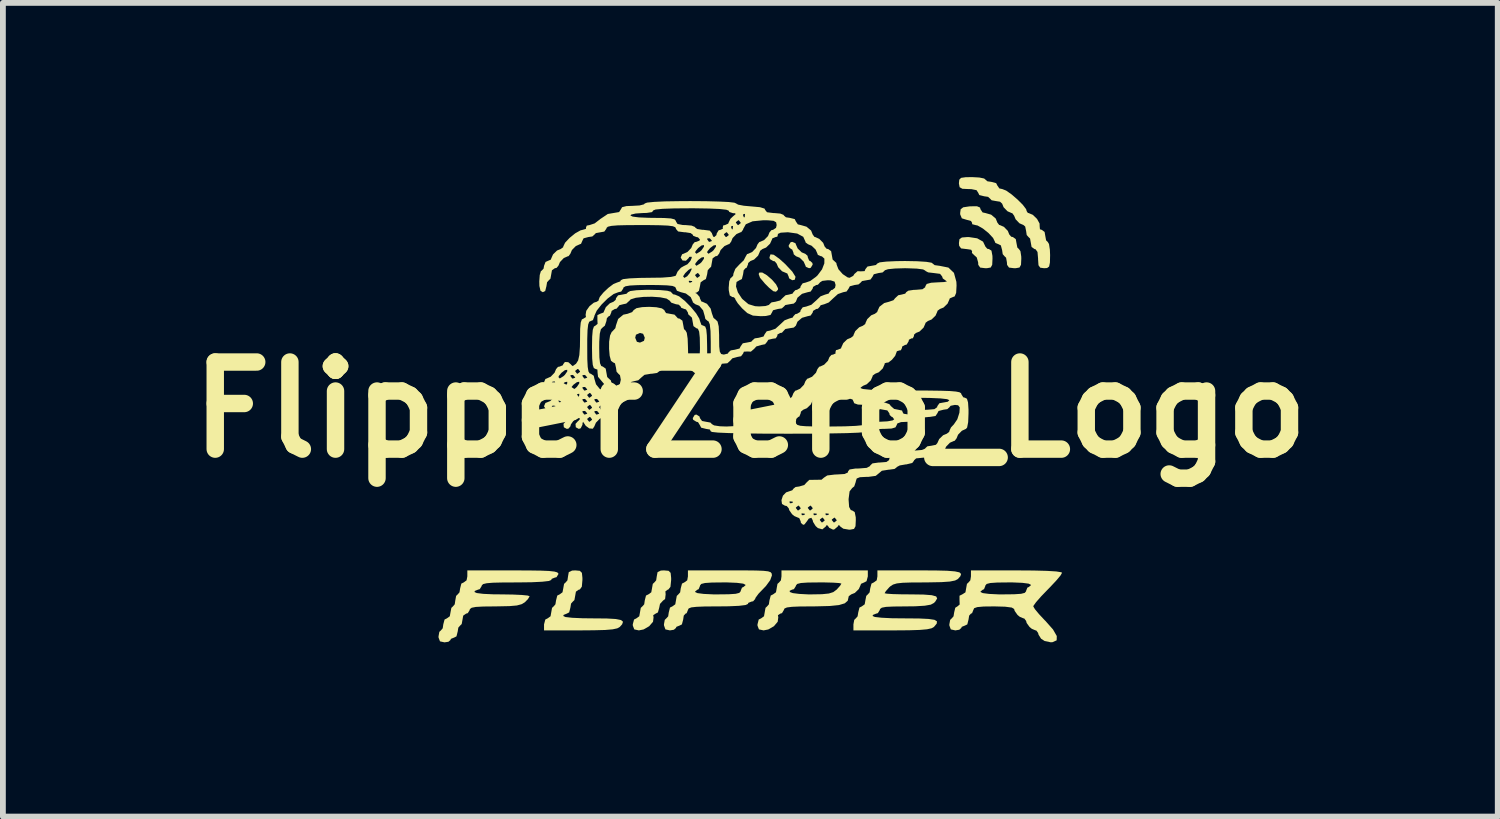
<source format=kicad_pcb>
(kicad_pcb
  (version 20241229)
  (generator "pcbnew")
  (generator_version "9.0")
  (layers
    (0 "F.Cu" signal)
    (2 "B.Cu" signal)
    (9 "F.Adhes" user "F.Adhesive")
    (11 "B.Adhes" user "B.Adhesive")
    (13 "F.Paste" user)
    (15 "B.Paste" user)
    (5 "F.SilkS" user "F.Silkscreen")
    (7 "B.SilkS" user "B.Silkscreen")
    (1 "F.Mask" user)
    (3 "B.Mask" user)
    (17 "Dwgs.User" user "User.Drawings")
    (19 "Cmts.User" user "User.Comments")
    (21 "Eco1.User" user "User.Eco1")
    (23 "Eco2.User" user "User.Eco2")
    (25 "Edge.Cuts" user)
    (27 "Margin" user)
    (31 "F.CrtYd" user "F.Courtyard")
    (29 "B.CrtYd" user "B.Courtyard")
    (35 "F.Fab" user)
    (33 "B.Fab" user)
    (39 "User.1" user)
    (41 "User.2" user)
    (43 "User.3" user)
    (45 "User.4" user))
  (footprint "FlipperZero_Logo"
    (layer "F.Cu")
    (at 9.871 4.006)
    (property "Reference" "FlipperZero_Logo" (at 0 0 0) (layer "F.SilkS") (effects (font (size 1.5 1.5) (thickness 0.3))))
    (attr board_only exclude_from_pos_files exclude_from_bom)
    (fp_poly (pts (xy 0.208 -2.362) (xy 0.287 -2.315) (xy 0.372 -2.241) (xy 0.443 -2.16) (xy 0.478 -2.091) (xy 0.476 -2.066) (xy 0.442 -2.032) (xy 0.396 -2.041) (xy 0.323 -2.101) (xy 0.252 -2.172) (xy 0.167 -2.273) (xy 0.144 -2.338) (xy 0.157 -2.363)) (stroke (width 0) (type solid)) (fill yes) (layer "F.SilkS"))
    (fp_poly (pts (xy 0.403 -2.669) (xy 0.501 -2.599) (xy 0.601 -2.509) (xy 0.723 -2.379) (xy 0.779 -2.289) (xy 0.766 -2.239) (xy 0.723 -2.23) (xy 0.668 -2.263) (xy 0.661 -2.292) (xy 0.637 -2.347) (xy 0.617 -2.354) (xy 0.546 -2.385) (xy 0.48 -2.454) (xy 0.454 -2.516) (xy 0.421 -2.556) (xy 0.392 -2.561) (xy 0.338 -2.594) (xy 0.33 -2.623) (xy 0.348 -2.676)) (stroke (width 0) (type solid)) (fill yes) (layer "F.SilkS"))
    (fp_poly (pts (xy 0.778 -2.867) (xy 0.785 -2.847) (xy 0.816 -2.777) (xy 0.885 -2.71) (xy 0.947 -2.685) (xy 0.986 -2.651) (xy 0.991 -2.623) (xy 1.014 -2.568) (xy 1.033 -2.561) (xy 1.069 -2.527) (xy 1.074 -2.499) (xy 1.041 -2.444) (xy 1.012 -2.437) (xy 0.957 -2.461) (xy 0.95 -2.481) (xy 0.919 -2.551) (xy 0.85 -2.618) (xy 0.788 -2.643) (xy 0.748 -2.677) (xy 0.743 -2.705) (xy 0.721 -2.76) (xy 0.702 -2.767) (xy 0.665 -2.801) (xy 0.661 -2.829) (xy 0.694 -2.884) (xy 0.723 -2.891)) (stroke (width 0) (type solid)) (fill yes) (layer "F.SilkS"))
    (fp_poly (pts (xy 3.907 -2.952) (xy 4.008 -2.895) (xy 4.047 -2.814) (xy 4.047 -2.811) (xy 4.081 -2.772) (xy 4.109 -2.767) (xy 4.153 -2.74) (xy 4.17 -2.649) (xy 4.171 -2.602) (xy 4.166 -2.496) (xy 4.14 -2.449) (xy 4.074 -2.437) (xy 4.047 -2.437) (xy 3.959 -2.448) (xy 3.926 -2.495) (xy 3.924 -2.536) (xy 3.9 -2.622) (xy 3.859 -2.659) (xy 3.816 -2.7) (xy 3.82 -2.726) (xy 3.804 -2.755) (xy 3.723 -2.767) (xy 3.72 -2.767) (xy 3.63 -2.778) (xy 3.597 -2.823) (xy 3.593 -2.87) (xy 3.602 -2.937) (xy 3.644 -2.966) (xy 3.742 -2.974) (xy 3.761 -2.974)) (stroke (width 0) (type solid)) (fill yes) (layer "F.SilkS"))
    (fp_poly (pts (xy -1.407 2.774) (xy -1.372 2.809) (xy -1.363 2.897) (xy -1.363 2.932) (xy -1.375 3.05) (xy -1.411 3.096) (xy -1.421 3.098) (xy -1.462 3.128) (xy -1.458 3.18) (xy -1.467 3.26) (xy -1.503 3.287) (xy -1.555 3.344) (xy -1.569 3.412) (xy -1.591 3.491) (xy -1.63 3.511) (xy -1.672 3.538) (xy -1.666 3.575) (xy -1.675 3.651) (xy -1.741 3.728) (xy -1.838 3.784) (xy -1.919 3.8) (xy -1.998 3.783) (xy -2.023 3.718) (xy -2.024 3.696) (xy -2.002 3.613) (xy -1.962 3.593) (xy -1.912 3.557) (xy -1.9 3.49) (xy -1.886 3.412) (xy -1.859 3.387) (xy -1.827 3.351) (xy -1.817 3.283) (xy -1.796 3.2) (xy -1.755 3.18) (xy -1.705 3.144) (xy -1.693 3.077) (xy -1.679 2.999) (xy -1.652 2.974) (xy -1.621 2.938) (xy -1.611 2.87) (xy -1.597 2.797) (xy -1.541 2.77) (xy -1.487 2.767)) (stroke (width 0) (type solid)) (fill yes) (layer "F.SilkS"))
    (fp_poly (pts (xy -2.936 2.774) (xy -2.9 2.809) (xy -2.891 2.897) (xy -2.891 2.932) (xy -2.901 3.047) (xy -2.935 3.095) (xy -2.953 3.098) (xy -3.003 3.133) (xy -3.015 3.201) (xy -3.029 3.278) (xy -3.056 3.304) (xy -3.087 3.339) (xy -3.098 3.407) (xy -3.119 3.49) (xy -3.16 3.511) (xy -3.214 3.533) (xy -3.221 3.552) (xy -3.182 3.57) (xy -3.068 3.583) (xy -2.89 3.591) (xy -2.705 3.593) (xy -2.474 3.595) (xy -2.317 3.604) (xy -2.226 3.622) (xy -2.192 3.651) (xy -2.207 3.695) (xy -2.248 3.741) (xy -2.291 3.765) (xy -2.371 3.782) (xy -2.501 3.793) (xy -2.691 3.798) (xy -2.929 3.8) (xy -3.552 3.8) (xy -3.552 3.696) (xy -3.53 3.613) (xy -3.49 3.593) (xy -3.44 3.557) (xy -3.428 3.49) (xy -3.414 3.412) (xy -3.387 3.387) (xy -3.356 3.351) (xy -3.345 3.283) (xy -3.324 3.2) (xy -3.283 3.18) (xy -3.234 3.144) (xy -3.221 3.077) (xy -3.207 2.999) (xy -3.18 2.974) (xy -3.149 2.938) (xy -3.139 2.87) (xy -3.126 2.797) (xy -3.069 2.77) (xy -3.015 2.767)) (stroke (width 0) (type solid)) (fill yes) (layer "F.SilkS"))
    (fp_poly (pts (xy 3.956 -3.482) (xy 3.965 -3.451) (xy 4 -3.398) (xy 4.05 -3.387) (xy 4.148 -3.359) (xy 4.227 -3.292) (xy 4.254 -3.224) (xy 4.286 -3.182) (xy 4.298 -3.18) (xy 4.368 -3.149) (xy 4.435 -3.08) (xy 4.46 -3.018) (xy 4.494 -2.979) (xy 4.522 -2.974) (xy 4.572 -2.938) (xy 4.584 -2.87) (xy 4.599 -2.793) (xy 4.626 -2.767) (xy 4.652 -2.731) (xy 4.666 -2.639) (xy 4.667 -2.602) (xy 4.662 -2.496) (xy 4.636 -2.449) (xy 4.57 -2.437) (xy 4.543 -2.437) (xy 4.455 -2.448) (xy 4.422 -2.495) (xy 4.419 -2.54) (xy 4.405 -2.618) (xy 4.378 -2.643) (xy 4.347 -2.679) (xy 4.337 -2.747) (xy 4.315 -2.83) (xy 4.275 -2.85) (xy 4.22 -2.873) (xy 4.213 -2.892) (xy 4.181 -2.958) (xy 4.103 -3.042) (xy 4.006 -3.12) (xy 3.915 -3.172) (xy 3.878 -3.18) (xy 3.821 -3.195) (xy 3.819 -3.219) (xy 3.801 -3.25) (xy 3.728 -3.27) (xy 3.643 -3.296) (xy 3.615 -3.363) (xy 3.614 -3.387) (xy 3.623 -3.453) (xy 3.667 -3.486) (xy 3.767 -3.501) (xy 3.789 -3.503) (xy 3.904 -3.504)) (stroke (width 0) (type solid)) (fill yes) (layer "F.SilkS"))
    (fp_poly (pts (xy 3.945 -3.999) (xy 4.027 -3.982) (xy 4.047 -3.965) (xy 4.083 -3.934) (xy 4.151 -3.924) (xy 4.234 -3.902) (xy 4.254 -3.862) (xy 4.289 -3.811) (xy 4.34 -3.8) (xy 4.406 -3.774) (xy 4.5 -3.708) (xy 4.602 -3.62) (xy 4.692 -3.53) (xy 4.75 -3.454) (xy 4.76 -3.419) (xy 4.781 -3.388) (xy 4.793 -3.387) (xy 4.866 -3.356) (xy 4.938 -3.286) (xy 4.982 -3.206) (xy 4.983 -3.162) (xy 4.988 -3.107) (xy 5.019 -3.098) (xy 5.068 -3.062) (xy 5.08 -2.994) (xy 5.094 -2.917) (xy 5.121 -2.891) (xy 5.144 -2.854) (xy 5.159 -2.757) (xy 5.163 -2.664) (xy 5.16 -2.534) (xy 5.146 -2.466) (xy 5.111 -2.44) (xy 5.059 -2.437) (xy 4.993 -2.446) (xy 4.963 -2.488) (xy 4.956 -2.588) (xy 4.956 -2.602) (xy 4.946 -2.717) (xy 4.912 -2.764) (xy 4.894 -2.767) (xy 4.844 -2.803) (xy 4.832 -2.87) (xy 4.818 -2.948) (xy 4.791 -2.974) (xy 4.76 -3.009) (xy 4.75 -3.077) (xy 4.734 -3.155) (xy 4.705 -3.18) (xy 4.635 -3.211) (xy 4.569 -3.28) (xy 4.543 -3.342) (xy 4.511 -3.385) (xy 4.499 -3.387) (xy 4.429 -3.418) (xy 4.362 -3.487) (xy 4.337 -3.549) (xy 4.301 -3.582) (xy 4.233 -3.593) (xy 4.156 -3.607) (xy 4.13 -3.634) (xy 4.095 -3.666) (xy 4.027 -3.676) (xy 3.944 -3.697) (xy 3.924 -3.738) (xy 3.896 -3.781) (xy 3.806 -3.799) (xy 3.758 -3.8) (xy 3.652 -3.805) (xy 3.605 -3.832) (xy 3.593 -3.894) (xy 3.593 -3.903) (xy 3.599 -3.962) (xy 3.63 -3.993) (xy 3.707 -4.004) (xy 3.82 -4.006)) (stroke (width 0) (type solid)) (fill yes) (layer "F.SilkS"))
    (fp_poly (pts (xy 2.024 2.87) (xy 2.002 2.953) (xy 1.962 2.974) (xy 1.907 2.998) (xy 1.9 3.018) (xy 1.869 3.088) (xy 1.8 3.155) (xy 1.738 3.18) (xy 1.695 3.212) (xy 1.693 3.224) (xy 1.678 3.289) (xy 1.627 3.334) (xy 1.527 3.364) (xy 1.369 3.38) (xy 1.143 3.386) (xy 1.077 3.387) (xy 0.862 3.388) (xy 0.718 3.394) (xy 0.631 3.405) (xy 0.588 3.424) (xy 0.578 3.449) (xy 0.546 3.503) (xy 0.518 3.511) (xy 0.476 3.538) (xy 0.482 3.575) (xy 0.472 3.651) (xy 0.407 3.728) (xy 0.31 3.784) (xy 0.229 3.8) (xy 0.149 3.783) (xy 0.124 3.718) (xy 0.124 3.696) (xy 0.145 3.613) (xy 0.186 3.593) (xy 0.236 3.557) (xy 0.248 3.49) (xy 0.262 3.412) (xy 0.289 3.387) (xy 0.32 3.351) (xy 0.33 3.283) (xy 0.352 3.2) (xy 0.392 3.18) (xy 0.442 3.144) (xy 0.447 3.118) (xy 0.678 3.118) (xy 0.681 3.139) (xy 0.732 3.158) (xy 0.844 3.172) (xy 0.997 3.18) (xy 1.056 3.18) (xy 1.235 3.177) (xy 1.353 3.165) (xy 1.429 3.141) (xy 1.484 3.1) (xy 1.487 3.098) (xy 1.547 3.031) (xy 1.569 2.994) (xy 1.531 2.985) (xy 1.428 2.978) (xy 1.278 2.974) (xy 1.177 2.974) (xy 0.99 2.976) (xy 0.872 2.984) (xy 0.808 3) (xy 0.786 3.027) (xy 0.785 3.036) (xy 0.751 3.09) (xy 0.72 3.098) (xy 0.678 3.118) (xy 0.447 3.118) (xy 0.454 3.077) (xy 0.468 2.999) (xy 0.496 2.974) (xy 0.527 2.938) (xy 0.537 2.87) (xy 0.537 2.767) (xy 1.28 2.767) (xy 2.024 2.767)) (stroke (width 0) (type solid)) (fill yes) (layer "F.SilkS"))
    (fp_poly (pts (xy 3.187 2.768) (xy 3.388 2.773) (xy 3.524 2.784) (xy 3.602 2.801) (xy 3.63 2.828) (xy 3.618 2.867) (xy 3.575 2.915) (xy 3.527 2.941) (xy 3.437 2.959) (xy 3.292 2.969) (xy 3.081 2.973) (xy 2.997 2.974) (xy 2.778 2.975) (xy 2.625 2.98) (xy 2.524 2.991) (xy 2.458 3.011) (xy 2.412 3.041) (xy 2.395 3.056) (xy 2.335 3.123) (xy 2.313 3.16) (xy 2.351 3.168) (xy 2.456 3.175) (xy 2.61 3.179) (xy 2.767 3.18) (xy 2.983 3.183) (xy 3.125 3.194) (xy 3.201 3.215) (xy 3.218 3.25) (xy 3.187 3.302) (xy 3.162 3.328) (xy 3.108 3.357) (xy 3.005 3.375) (xy 2.841 3.385) (xy 2.667 3.387) (xy 2.468 3.389) (xy 2.338 3.395) (xy 2.265 3.409) (xy 2.234 3.432) (xy 2.23 3.449) (xy 2.197 3.503) (xy 2.168 3.511) (xy 2.113 3.533) (xy 2.106 3.552) (xy 2.146 3.569) (xy 2.261 3.582) (xy 2.441 3.591) (xy 2.664 3.593) (xy 2.905 3.595) (xy 3.071 3.603) (xy 3.172 3.618) (xy 3.215 3.645) (xy 3.21 3.684) (xy 3.164 3.739) (xy 3.162 3.741) (xy 3.121 3.764) (xy 3.044 3.781) (xy 2.919 3.792) (xy 2.735 3.798) (xy 2.482 3.8) (xy 2.44 3.8) (xy 1.776 3.8) (xy 1.776 3.696) (xy 1.79 3.619) (xy 1.817 3.593) (xy 1.848 3.558) (xy 1.859 3.49) (xy 1.88 3.407) (xy 1.92 3.387) (xy 1.97 3.351) (xy 1.982 3.283) (xy 1.997 3.206) (xy 2.024 3.18) (xy 2.055 3.145) (xy 2.065 3.077) (xy 2.087 2.994) (xy 2.127 2.974) (xy 2.177 2.938) (xy 2.189 2.87) (xy 2.189 2.767) (xy 2.912 2.767)) (stroke (width 0) (type solid)) (fill yes) (layer "F.SilkS"))
    (fp_poly (pts (xy -3.812 2.768) (xy -3.607 2.771) (xy -3.465 2.777) (xy -3.374 2.787) (xy -3.324 2.801) (xy -3.305 2.821) (xy -3.304 2.829) (xy -3.337 2.884) (xy -3.366 2.891) (xy -3.421 2.913) (xy -3.428 2.932) (xy -3.468 2.949) (xy -3.583 2.962) (xy -3.766 2.971) (xy -4.009 2.974) (xy -4.027 2.974) (xy -4.265 2.975) (xy -4.432 2.979) (xy -4.539 2.988) (xy -4.599 3.002) (xy -4.623 3.023) (xy -4.626 3.036) (xy -4.659 3.09) (xy -4.688 3.098) (xy -4.743 3.12) (xy -4.75 3.139) (xy -4.71 3.157) (xy -4.598 3.171) (xy -4.423 3.179) (xy -4.275 3.18) (xy -4.088 3.183) (xy -3.935 3.19) (xy -3.834 3.2) (xy -3.8 3.212) (xy -3.828 3.26) (xy -3.883 3.316) (xy -3.938 3.349) (xy -4.02 3.371) (xy -4.147 3.382) (xy -4.334 3.386) (xy -4.399 3.387) (xy -4.597 3.389) (xy -4.726 3.396) (xy -4.798 3.41) (xy -4.829 3.432) (xy -4.832 3.449) (xy -4.865 3.503) (xy -4.894 3.511) (xy -4.944 3.546) (xy -4.956 3.614) (xy -4.97 3.691) (xy -4.997 3.717) (xy -5.028 3.752) (xy -5.039 3.82) (xy -5.06 3.903) (xy -5.101 3.924) (xy -5.156 3.946) (xy -5.163 3.965) (xy -5.198 3.996) (xy -5.266 4.006) (xy -5.344 3.989) (xy -5.369 3.922) (xy -5.369 3.903) (xy -5.355 3.825) (xy -5.328 3.8) (xy -5.297 3.764) (xy -5.287 3.696) (xy -5.265 3.613) (xy -5.225 3.593) (xy -5.175 3.557) (xy -5.163 3.49) (xy -5.148 3.412) (xy -5.121 3.387) (xy -5.09 3.351) (xy -5.08 3.283) (xy -5.066 3.206) (xy -5.039 3.18) (xy -5.008 3.145) (xy -4.997 3.077) (xy -4.976 2.994) (xy -4.935 2.974) (xy -4.886 2.938) (xy -4.873 2.87) (xy -4.873 2.767) (xy -4.089 2.767)) (stroke (width 0) (type solid)) (fill yes) (layer "F.SilkS"))
    (fp_poly (pts (xy -0.091 2.767) (xy 0.098 2.769) (xy 0.226 2.774) (xy 0.307 2.783) (xy 0.35 2.798) (xy 0.368 2.82) (xy 0.372 2.851) (xy 0.372 2.855) (xy 0.343 2.935) (xy 0.27 3.035) (xy 0.227 3.08) (xy 0.142 3.168) (xy 0.09 3.239) (xy 0.083 3.26) (xy 0.049 3.299) (xy 0.021 3.304) (xy -0.034 3.326) (xy -0.041 3.345) (xy -0.081 3.363) (xy -0.194 3.377) (xy -0.372 3.385) (xy -0.558 3.387) (xy -0.776 3.388) (xy -0.925 3.394) (xy -1.016 3.404) (xy -1.061 3.422) (xy -1.074 3.448) (xy -1.074 3.449) (xy -1.096 3.504) (xy -1.115 3.511) (xy -1.146 3.546) (xy -1.156 3.614) (xy -1.178 3.697) (xy -1.218 3.717) (xy -1.273 3.739) (xy -1.28 3.758) (xy -1.316 3.789) (xy -1.384 3.8) (xy -1.462 3.783) (xy -1.486 3.715) (xy -1.487 3.696) (xy -1.473 3.619) (xy -1.446 3.593) (xy -1.414 3.558) (xy -1.404 3.49) (xy -1.383 3.407) (xy -1.342 3.387) (xy -1.292 3.351) (xy -1.28 3.283) (xy -1.266 3.206) (xy -1.239 3.18) (xy -1.208 3.145) (xy -1.207 3.139) (xy -0.95 3.139) (xy -0.911 3.158) (xy -0.802 3.172) (xy -0.636 3.18) (xy -0.558 3.18) (xy -0.371 3.178) (xy -0.252 3.17) (xy -0.189 3.154) (xy -0.166 3.127) (xy -0.165 3.118) (xy -0.143 3.063) (xy -0.124 3.056) (xy -0.084 3.025) (xy -0.083 3.015) (xy -0.122 2.995) (xy -0.231 2.981) (xy -0.397 2.974) (xy -0.475 2.974) (xy -0.662 2.976) (xy -0.78 2.984) (xy -0.844 3) (xy -0.866 3.027) (xy -0.867 3.036) (xy -0.89 3.091) (xy -0.909 3.098) (xy -0.949 3.129) (xy -0.95 3.139) (xy -1.207 3.139) (xy -1.198 3.077) (xy -1.176 2.994) (xy -1.136 2.974) (xy -1.086 2.938) (xy -1.074 2.87) (xy -1.074 2.767) (xy -0.351 2.767)) (stroke (width 0) (type solid)) (fill yes) (layer "F.SilkS"))
    (fp_poly (pts (xy 4.878 2.769) (xy 5.108 2.775) (xy 5.269 2.785) (xy 5.355 2.799) (xy 5.369 2.808) (xy 5.342 2.855) (xy 5.269 2.942) (xy 5.163 3.055) (xy 5.121 3.098) (xy 5.008 3.215) (xy 4.922 3.313) (xy 4.877 3.376) (xy 4.873 3.386) (xy 4.901 3.434) (xy 4.972 3.52) (xy 5.073 3.628) (xy 5.08 3.634) (xy 5.213 3.784) (xy 5.278 3.897) (xy 5.276 3.971) (xy 5.205 4.003) (xy 5.173 4.005) (xy 5.069 3.983) (xy 5.008 3.944) (xy 4.964 3.874) (xy 4.956 3.843) (xy 4.924 3.801) (xy 4.912 3.8) (xy 4.848 3.773) (xy 4.809 3.741) (xy 4.759 3.672) (xy 4.75 3.637) (xy 4.718 3.595) (xy 4.705 3.593) (xy 4.642 3.567) (xy 4.602 3.534) (xy 4.553 3.465) (xy 4.543 3.431) (xy 4.503 3.407) (xy 4.388 3.392) (xy 4.206 3.387) (xy 4.192 3.387) (xy 4.017 3.389) (xy 3.909 3.399) (xy 3.855 3.418) (xy 3.841 3.449) (xy 3.819 3.504) (xy 3.8 3.511) (xy 3.769 3.546) (xy 3.758 3.614) (xy 3.737 3.697) (xy 3.696 3.717) (xy 3.641 3.739) (xy 3.634 3.758) (xy 3.599 3.789) (xy 3.531 3.8) (xy 3.453 3.783) (xy 3.428 3.715) (xy 3.428 3.696) (xy 3.442 3.619) (xy 3.469 3.593) (xy 3.5 3.558) (xy 3.511 3.49) (xy 3.53 3.41) (xy 3.567 3.387) (xy 3.606 3.354) (xy 3.603 3.283) (xy 3.603 3.203) (xy 3.65 3.18) (xy 3.65 3.18) (xy 3.705 3.145) (xy 3.706 3.139) (xy 3.965 3.139) (xy 4.004 3.158) (xy 4.113 3.172) (xy 4.279 3.18) (xy 4.357 3.18) (xy 4.544 3.178) (xy 4.663 3.17) (xy 4.726 3.154) (xy 4.749 3.127) (xy 4.75 3.118) (xy 4.772 3.063) (xy 4.791 3.056) (xy 4.831 3.025) (xy 4.832 3.015) (xy 4.793 2.995) (xy 4.684 2.981) (xy 4.518 2.974) (xy 4.44 2.974) (xy 4.253 2.976) (xy 4.134 2.984) (xy 4.071 3) (xy 4.048 3.027) (xy 4.047 3.036) (xy 4.025 3.091) (xy 4.006 3.098) (xy 3.966 3.129) (xy 3.965 3.139) (xy 3.706 3.139) (xy 3.717 3.077) (xy 3.731 2.999) (xy 3.758 2.974) (xy 3.789 2.938) (xy 3.8 2.87) (xy 3.8 2.767) (xy 4.584 2.767)) (stroke (width 0) (type solid)) (fill yes) (layer "F.SilkS"))
    (fp_poly (pts (xy -0.76 -3.591) (xy -0.537 -3.585) (xy -0.371 -3.577) (xy -0.273 -3.565) (xy -0.248 -3.554) (xy -0.21 -3.532) (xy -0.112 -3.513) (xy 0.01 -3.502) (xy 0.166 -3.488) (xy 0.245 -3.464) (xy 0.258 -3.438) (xy 0.288 -3.401) (xy 0.397 -3.387) (xy 0.413 -3.387) (xy 0.516 -3.378) (xy 0.574 -3.355) (xy 0.578 -3.345) (xy 0.614 -3.314) (xy 0.681 -3.304) (xy 0.765 -3.283) (xy 0.785 -3.242) (xy 0.819 -3.192) (xy 0.87 -3.18) (xy 0.968 -3.152) (xy 1.047 -3.086) (xy 1.074 -3.018) (xy 1.106 -2.975) (xy 1.118 -2.974) (xy 1.188 -2.942) (xy 1.255 -2.874) (xy 1.28 -2.811) (xy 1.314 -2.772) (xy 1.342 -2.767) (xy 1.392 -2.731) (xy 1.404 -2.664) (xy 1.418 -2.586) (xy 1.446 -2.561) (xy 1.482 -2.527) (xy 1.487 -2.499) (xy 1.518 -2.419) (xy 1.592 -2.335) (xy 1.676 -2.279) (xy 1.71 -2.272) (xy 1.772 -2.305) (xy 1.793 -2.338) (xy 1.848 -2.386) (xy 1.9 -2.383) (xy 1.969 -2.387) (xy 1.982 -2.42) (xy 2.018 -2.466) (xy 2.086 -2.478) (xy 2.163 -2.492) (xy 2.189 -2.519) (xy 2.229 -2.538) (xy 2.341 -2.551) (xy 2.515 -2.559) (xy 2.664 -2.561) (xy 2.875 -2.557) (xy 3.031 -2.547) (xy 3.121 -2.532) (xy 3.139 -2.519) (xy 3.175 -2.49) (xy 3.261 -2.478) (xy 3.262 -2.478) (xy 3.412 -2.448) (xy 3.507 -2.357) (xy 3.549 -2.203) (xy 3.552 -2.138) (xy 3.545 -2.012) (xy 3.52 -1.952) (xy 3.49 -1.941) (xy 3.435 -1.917) (xy 3.428 -1.897) (xy 3.397 -1.827) (xy 3.328 -1.76) (xy 3.266 -1.735) (xy 3.223 -1.703) (xy 3.221 -1.69) (xy 3.19 -1.62) (xy 3.122 -1.554) (xy 3.059 -1.528) (xy 3.017 -1.496) (xy 3.015 -1.484) (xy 2.984 -1.414) (xy 2.915 -1.347) (xy 2.853 -1.322) (xy 2.818 -1.291) (xy 2.819 -1.27) (xy 2.798 -1.229) (xy 2.777 -1.229) (xy 2.732 -1.206) (xy 2.726 -1.177) (xy 2.693 -1.122) (xy 2.664 -1.115) (xy 2.615 -1.088) (xy 2.612 -1.063) (xy 2.592 -1.023) (xy 2.571 -1.022) (xy 2.524 -1.007) (xy 2.519 -0.992) (xy 2.495 -0.928) (xy 2.439 -0.86) (xy 2.378 -0.813) (xy 2.347 -0.81) (xy 2.315 -0.8) (xy 2.313 -0.784) (xy 2.282 -0.712) (xy 2.213 -0.645) (xy 2.151 -0.62) (xy 2.108 -0.588) (xy 2.106 -0.575) (xy 2.075 -0.505) (xy 2.006 -0.439) (xy 1.944 -0.413) (xy 1.902 -0.383) (xy 1.9 -0.372) (xy 1.94 -0.357) (xy 2.059 -0.345) (xy 2.251 -0.337) (xy 2.512 -0.332) (xy 2.767 -0.33) (xy 3.06 -0.33) (xy 3.28 -0.327) (xy 3.437 -0.322) (xy 3.541 -0.313) (xy 3.602 -0.301) (xy 3.63 -0.284) (xy 3.634 -0.268) (xy 3.668 -0.214) (xy 3.696 -0.207) (xy 3.731 -0.189) (xy 3.75 -0.125) (xy 3.758 0.001) (xy 3.758 0.062) (xy 3.752 0.214) (xy 3.734 0.307) (xy 3.714 0.33) (xy 3.644 0.362) (xy 3.578 0.43) (xy 3.552 0.493) (xy 3.52 0.535) (xy 3.508 0.537) (xy 3.438 0.568) (xy 3.371 0.637) (xy 3.345 0.699) (xy 3.31 0.732) (xy 3.242 0.743) (xy 3.164 0.758) (xy 3.139 0.785) (xy 3.102 0.811) (xy 3.011 0.825) (xy 2.974 0.826) (xy 2.856 0.838) (xy 2.818 0.873) (xy 2.819 0.878) (xy 2.789 0.917) (xy 2.689 0.941) (xy 2.674 0.942) (xy 2.575 0.959) (xy 2.522 0.987) (xy 2.519 0.994) (xy 2.483 1.02) (xy 2.394 1.032) (xy 2.379 1.033) (xy 2.266 1.051) (xy 2.215 1.094) (xy 2.16 1.139) (xy 2.034 1.156) (xy 2.004 1.156) (xy 1.888 1.162) (xy 1.833 1.184) (xy 1.817 1.232) (xy 1.817 1.24) (xy 1.79 1.32) (xy 1.755 1.348) (xy 1.71 1.406) (xy 1.693 1.536) (xy 1.693 1.553) (xy 1.702 1.674) (xy 1.731 1.728) (xy 1.755 1.735) (xy 1.798 1.762) (xy 1.816 1.852) (xy 1.817 1.9) (xy 1.812 2.006) (xy 1.786 2.053) (xy 1.721 2.065) (xy 1.697 2.065) (xy 1.602 2.049) (xy 1.552 2.013) (xy 1.525 1.983) (xy 1.504 2.013) (xy 1.447 2.061) (xy 1.425 2.065) (xy 1.359 2.033) (xy 1.346 2.013) (xy 1.319 1.983) (xy 1.298 2.013) (xy 1.241 2.06) (xy 1.164 2.038) (xy 1.125 2.003) (xy 1.081 1.932) (xy 1.074 1.902) (xy 1.073 1.9) (xy 1.198 1.9) (xy 1.229 1.94) (xy 1.239 1.941) (xy 1.279 1.91) (xy 1.28 1.9) (xy 1.404 1.9) (xy 1.436 1.94) (xy 1.446 1.941) (xy 1.486 1.91) (xy 1.487 1.9) (xy 1.455 1.86) (xy 1.446 1.859) (xy 1.405 1.89) (xy 1.404 1.9) (xy 1.28 1.9) (xy 1.249 1.86) (xy 1.239 1.859) (xy 1.199 1.89) (xy 1.198 1.9) (xy 1.073 1.9) (xy 1.052 1.861) (xy 1.007 1.875) (xy 0.976 1.92) (xy 0.933 1.975) (xy 0.91 1.982) (xy 0.872 1.949) (xy 0.867 1.92) (xy 0.843 1.866) (xy 0.823 1.859) (xy 0.76 1.832) (xy 0.72 1.8) (xy 0.713 1.79) (xy 0.881 1.79) (xy 0.887 1.814) (xy 0.909 1.817) (xy 0.943 1.802) (xy 0.936 1.79) (xy 1.088 1.79) (xy 1.093 1.814) (xy 1.115 1.817) (xy 1.149 1.802) (xy 1.143 1.79) (xy 1.294 1.79) (xy 1.3 1.814) (xy 1.322 1.817) (xy 1.356 1.802) (xy 1.349 1.79) (xy 1.3 1.785) (xy 1.294 1.79) (xy 1.143 1.79) (xy 1.094 1.785) (xy 1.088 1.79) (xy 0.936 1.79) (xy 0.887 1.785) (xy 0.881 1.79) (xy 0.713 1.79) (xy 0.671 1.73) (xy 0.661 1.696) (xy 0.658 1.693) (xy 0.785 1.693) (xy 0.816 1.733) (xy 0.826 1.735) (xy 0.866 1.703) (xy 0.867 1.693) (xy 0.991 1.693) (xy 1.023 1.733) (xy 1.033 1.735) (xy 1.073 1.703) (xy 1.074 1.693) (xy 1.042 1.653) (xy 1.033 1.652) (xy 0.992 1.683) (xy 0.991 1.693) (xy 0.867 1.693) (xy 0.836 1.653) (xy 0.826 1.652) (xy 0.786 1.683) (xy 0.785 1.693) (xy 0.658 1.693) (xy 0.627 1.658) (xy 0.596 1.652) (xy 0.546 1.623) (xy 0.54 1.583) (xy 0.675 1.583) (xy 0.68 1.608) (xy 0.702 1.611) (xy 0.736 1.596) (xy 0.73 1.583) (xy 0.681 1.578) (xy 0.675 1.583) (xy 0.54 1.583) (xy 0.537 1.556) (xy 0.562 1.48) (xy 0.617 1.423) (xy 0.65 1.412) (xy 0.723 1.387) (xy 0.743 1.36) (xy 0.779 1.331) (xy 0.842 1.322) (xy 0.929 1.297) (xy 0.967 1.255) (xy 1.016 1.208) (xy 1.119 1.207) (xy 1.227 1.205) (xy 1.268 1.17) (xy 1.325 1.132) (xy 1.456 1.116) (xy 1.491 1.115) (xy 1.623 1.107) (xy 1.68 1.081) (xy 1.683 1.063) (xy 1.709 1.029) (xy 1.809 1.013) (xy 1.869 1.012) (xy 2.005 1.001) (xy 2.063 0.97) (xy 2.065 0.96) (xy 2.104 0.924) (xy 2.212 0.909) (xy 2.23 0.909) (xy 2.343 0.9) (xy 2.39 0.868) (xy 2.395 0.842) (xy 2.415 0.798) (xy 2.485 0.788) (xy 2.54 0.793) (xy 2.647 0.793) (xy 2.684 0.76) (xy 2.685 0.756) (xy 2.724 0.717) (xy 2.838 0.702) (xy 2.85 0.702) (xy 2.953 0.693) (xy 3.011 0.67) (xy 3.015 0.661) (xy 3.05 0.63) (xy 3.118 0.62) (xy 3.196 0.604) (xy 3.221 0.575) (xy 3.253 0.505) (xy 3.321 0.439) (xy 3.384 0.413) (xy 3.426 0.381) (xy 3.428 0.366) (xy 3.456 0.305) (xy 3.505 0.253) (xy 3.565 0.165) (xy 3.601 0.052) (xy 3.607 -0.04) (xy 3.579 -0.077) (xy 3.524 -0.083) (xy 3.45 -0.068) (xy 3.428 -0.041) (xy 3.393 -0.01) (xy 3.325 0) (xy 3.242 0.022) (xy 3.221 0.062) (xy 3.19 0.108) (xy 3.09 0.124) (xy 3.077 0.124) (xy 2.981 0.134) (xy 2.934 0.16) (xy 2.932 0.165) (xy 2.895 0.189) (xy 2.8 0.204) (xy 2.726 0.207) (xy 2.596 0.213) (xy 2.533 0.236) (xy 2.519 0.268) (xy 2.5 0.304) (xy 2.433 0.324) (xy 2.301 0.33) (xy 2.272 0.33) (xy 2.14 0.337) (xy 2.05 0.353) (xy 2.024 0.372) (xy 1.983 0.384) (xy 1.862 0.395) (xy 1.663 0.403) (xy 1.389 0.408) (xy 1.041 0.412) (xy 0.658 0.413) (xy 0.237 0.412) (xy -0.106 0.408) (xy -0.37 0.402) (xy -0.555 0.394) (xy -0.658 0.383) (xy -0.681 0.372) (xy -0.696 0.341) (xy -0.762 0.33) (xy -0.846 0.309) (xy -0.867 0.268) (xy -0.9 0.214) (xy -0.929 0.207) (xy -0.984 0.173) (xy -0.991 0.145) (xy -0.958 0.09) (xy -0.929 0.083) (xy -0.875 0.116) (xy -0.867 0.145) (xy -0.831 0.194) (xy -0.764 0.207) (xy -0.686 0.221) (xy -0.661 0.248) (xy -0.623 0.27) (xy -0.525 0.285) (xy -0.413 0.289) (xy -0.281 0.283) (xy -0.192 0.266) (xy -0.165 0.248) (xy -0.129 0.221) (xy -0.04 0.207) (xy -0.021 0.207) (xy 0.785 0.207) (xy 0.789 0.239) (xy 0.81 0.261) (xy 0.86 0.276) (xy 0.951 0.284) (xy 1.097 0.288) (xy 1.309 0.289) (xy 1.384 0.289) (xy 1.63 0.286) (xy 1.817 0.278) (xy 1.937 0.266) (xy 1.982 0.249) (xy 1.982 0.248) (xy 2.02 0.226) (xy 2.118 0.211) (xy 2.23 0.207) (xy 2.362 0.2) (xy 2.452 0.184) (xy 2.478 0.165) (xy 2.447 0.125) (xy 2.437 0.124) (xy 2.4 0.09) (xy 2.395 0.062) (xy 2.36 0.012) (xy 2.292 0) (xy 2.215 -0.014) (xy 2.189 -0.041) (xy 2.152 -0.065) (xy 2.057 -0.08) (xy 1.982 -0.083) (xy 1.853 -0.089) (xy 1.789 -0.112) (xy 1.776 -0.145) (xy 1.766 -0.165) (xy 2.23 -0.165) (xy 2.265 -0.132) (xy 2.314 -0.124) (xy 2.394 -0.097) (xy 2.422 -0.062) (xy 2.477 -0.014) (xy 2.547 0) (xy 2.614 0.014) (xy 2.623 0.041) (xy 2.64 0.069) (xy 2.724 0.082) (xy 2.744 0.083) (xy 2.841 0.072) (xy 2.89 0.047) (xy 2.891 0.041) (xy 2.928 0.015) (xy 3.019 0.001) (xy 3.056 0) (xy 3.171 -0.01) (xy 3.218 -0.044) (xy 3.221 -0.062) (xy 3.257 -0.112) (xy 3.325 -0.124) (xy 3.402 -0.138) (xy 3.428 -0.165) (xy 3.388 -0.182) (xy 3.273 -0.195) (xy 3.09 -0.203) (xy 2.847 -0.206) (xy 2.829 -0.207) (xy 2.582 -0.204) (xy 2.395 -0.196) (xy 2.275 -0.183) (xy 2.23 -0.166) (xy 2.23 -0.165) (xy 1.766 -0.165) (xy 1.761 -0.176) (xy 1.706 -0.194) (xy 1.598 -0.204) (xy 1.425 -0.207) (xy 1.239 -0.201) (xy 1.119 -0.187) (xy 1.074 -0.164) (xy 1.074 -0.162) (xy 1.043 -0.092) (xy 0.974 -0.026) (xy 0.912 0) (xy 0.872 0.033) (xy 0.867 0.062) (xy 0.845 0.117) (xy 0.826 0.124) (xy 0.792 0.158) (xy 0.785 0.207) (xy -0.021 0.207) (xy 0.086 0.193) (xy 0.124 0.15) (xy 0.124 0.145) (xy 0.16 0.095) (xy 0.227 0.083) (xy 0.305 0.068) (xy 0.33 0.041) (xy 0.366 0.01) (xy 0.434 0) (xy 0.517 -0.022) (xy 0.537 -0.062) (xy 0.561 -0.117) (xy 0.581 -0.124) (xy 0.651 -0.155) (xy 0.718 -0.224) (xy 0.743 -0.286) (xy 0.775 -0.329) (xy 0.788 -0.33) (xy 0.858 -0.362) (xy 0.924 -0.43) (xy 0.95 -0.493) (xy 0.982 -0.535) (xy 0.994 -0.537) (xy 1.064 -0.568) (xy 1.131 -0.637) (xy 1.156 -0.699) (xy 1.188 -0.742) (xy 1.201 -0.743) (xy 1.271 -0.775) (xy 1.337 -0.843) (xy 1.363 -0.906) (xy 1.397 -0.944) (xy 1.427 -0.95) (xy 1.47 -0.97) (xy 1.466 -0.991) (xy 1.476 -1.027) (xy 1.505 -1.033) (xy 1.562 -1.056) (xy 1.569 -1.077) (xy 1.601 -1.147) (xy 1.669 -1.213) (xy 1.732 -1.239) (xy 1.774 -1.271) (xy 1.776 -1.283) (xy 1.807 -1.353) (xy 1.876 -1.42) (xy 1.938 -1.446) (xy 1.981 -1.477) (xy 1.982 -1.49) (xy 2.014 -1.56) (xy 2.082 -1.626) (xy 2.145 -1.652) (xy 2.187 -1.684) (xy 2.189 -1.696) (xy 2.224 -1.773) (xy 2.306 -1.837) (xy 2.388 -1.859) (xy 2.466 -1.886) (xy 2.493 -1.92) (xy 2.549 -1.972) (xy 2.601 -1.982) (xy 2.668 -1.999) (xy 2.685 -2.024) (xy 2.721 -2.05) (xy 2.813 -2.064) (xy 2.85 -2.065) (xy 2.965 -2.075) (xy 3.012 -2.109) (xy 3.015 -2.127) (xy 3.038 -2.166) (xy 3.115 -2.187) (xy 3.232 -2.194) (xy 3.338 -2.199) (xy 3.386 -2.209) (xy 3.376 -2.217) (xy 3.315 -2.261) (xy 3.304 -2.295) (xy 3.268 -2.34) (xy 3.16 -2.354) (xy 3.064 -2.365) (xy 3.016 -2.39) (xy 3.015 -2.395) (xy 2.976 -2.416) (xy 2.869 -2.43) (xy 2.709 -2.436) (xy 2.664 -2.437) (xy 2.493 -2.432) (xy 2.372 -2.42) (xy 2.315 -2.401) (xy 2.313 -2.395) (xy 2.278 -2.364) (xy 2.21 -2.354) (xy 2.127 -2.333) (xy 2.106 -2.292) (xy 2.07 -2.242) (xy 2.003 -2.23) (xy 1.925 -2.216) (xy 1.9 -2.189) (xy 1.864 -2.158) (xy 1.797 -2.148) (xy 1.714 -2.126) (xy 1.693 -2.086) (xy 1.658 -2.036) (xy 1.6 -2.024) (xy 1.509 -1.992) (xy 1.429 -1.92) (xy 1.351 -1.847) (xy 1.275 -1.817) (xy 1.211 -1.799) (xy 1.198 -1.776) (xy 1.164 -1.739) (xy 1.136 -1.735) (xy 1.081 -1.702) (xy 1.074 -1.673) (xy 1.039 -1.622) (xy 0.988 -1.611) (xy 0.891 -1.583) (xy 0.812 -1.516) (xy 0.785 -1.448) (xy 0.749 -1.415) (xy 0.681 -1.404) (xy 0.604 -1.39) (xy 0.578 -1.363) (xy 0.545 -1.326) (xy 0.516 -1.322) (xy 0.467 -1.295) (xy 0.465 -1.27) (xy 0.439 -1.23) (xy 0.382 -1.222) (xy 0.309 -1.204) (xy 0.289 -1.17) (xy 0.254 -1.128) (xy 0.19 -1.115) (xy 0.104 -1.09) (xy 0.066 -1.048) (xy 0.01 -1) (xy -0.042 -1.003) (xy -0.11 -1) (xy -0.124 -0.967) (xy -0.159 -0.921) (xy -0.223 -0.909) (xy -0.309 -0.885) (xy -0.346 -0.844) (xy -0.395 -0.8) (xy -0.502 -0.791) (xy -0.526 -0.793) (xy -0.681 -0.805) (xy -0.681 -1.167) (xy -0.685 -1.356) (xy -0.698 -1.471) (xy -0.72 -1.523) (xy -0.733 -1.528) (xy -0.774 -1.563) (xy -0.785 -1.614) (xy -0.813 -1.711) (xy -0.879 -1.79) (xy -0.947 -1.817) (xy -0.989 -1.849) (xy -0.991 -1.861) (xy -1.026 -1.939) (xy -1.11 -2.002) (xy -1.149 -2.012) (xy -0.949 -2.012) (xy -0.919 -1.996) (xy -0.872 -1.942) (xy -0.867 -1.917) (xy -0.842 -1.864) (xy -0.823 -1.859) (xy -0.746 -1.824) (xy -0.683 -1.742) (xy -0.661 -1.659) (xy -0.633 -1.581) (xy -0.599 -1.554) (xy -0.564 -1.519) (xy -0.544 -1.435) (xy -0.537 -1.287) (xy -0.537 -1.24) (xy -0.535 -1.088) (xy -0.525 -1.001) (xy -0.502 -0.96) (xy -0.461 -0.95) (xy -0.454 -0.95) (xy -0.387 -0.967) (xy -0.372 -0.991) (xy -0.336 -1.022) (xy -0.268 -1.033) (xy -0.185 -1.054) (xy -0.165 -1.094) (xy -0.129 -1.144) (xy -0.062 -1.156) (xy 0.016 -1.171) (xy 0.041 -1.198) (xy 0.077 -1.229) (xy 0.145 -1.239) (xy 0.228 -1.261) (xy 0.248 -1.301) (xy 0.283 -1.351) (xy 0.341 -1.363) (xy 0.432 -1.394) (xy 0.512 -1.466) (xy 0.591 -1.54) (xy 0.667 -1.569) (xy 0.731 -1.588) (xy 0.743 -1.611) (xy 0.777 -1.647) (xy 0.805 -1.652) (xy 0.86 -1.685) (xy 0.867 -1.714) (xy 0.903 -1.764) (xy 0.961 -1.776) (xy 1.051 -1.807) (xy 1.132 -1.879) (xy 1.21 -1.953) (xy 1.286 -1.982) (xy 1.35 -2.001) (xy 1.363 -2.024) (xy 1.396 -2.062) (xy 1.416 -2.065) (xy 1.459 -2.1) (xy 1.469 -2.148) (xy 1.452 -2.206) (xy 1.385 -2.228) (xy 1.333 -2.23) (xy 1.241 -2.219) (xy 1.198 -2.192) (xy 1.198 -2.189) (xy 1.164 -2.152) (xy 1.136 -2.148) (xy 1.081 -2.115) (xy 1.074 -2.086) (xy 1.039 -2.035) (xy 0.988 -2.024) (xy 0.891 -1.996) (xy 0.812 -1.929) (xy 0.785 -1.861) (xy 0.749 -1.828) (xy 0.681 -1.817) (xy 0.604 -1.803) (xy 0.578 -1.776) (xy 0.543 -1.745) (xy 0.475 -1.735) (xy 0.392 -1.713) (xy 0.372 -1.673) (xy 0.348 -1.632) (xy 0.267 -1.614) (xy 0.18 -1.611) (xy 0.045 -1.621) (xy -0.051 -1.664) (xy -0.14 -1.745) (xy -0.215 -1.832) (xy -0.256 -1.896) (xy -0.258 -1.91) (xy -0.282 -1.937) (xy -0.31 -1.941) (xy -0.353 -1.968) (xy -0.371 -2.059) (xy -0.372 -2.106) (xy -0.37 -2.123) (xy -0.246 -2.123) (xy -0.214 -2.021) (xy -0.145 -1.916) (xy -0.134 -1.904) (xy -0.032 -1.818) (xy 0.083 -1.783) (xy 0.155 -1.779) (xy 0.262 -1.786) (xy 0.324 -1.806) (xy 0.33 -1.817) (xy 0.366 -1.849) (xy 0.429 -1.859) (xy 0.515 -1.882) (xy 0.552 -1.92) (xy 0.608 -1.972) (xy 0.66 -1.982) (xy 0.727 -1.999) (xy 0.743 -2.024) (xy 0.777 -2.06) (xy 0.805 -2.065) (xy 0.86 -2.098) (xy 0.867 -2.127) (xy 0.902 -2.177) (xy 0.951 -2.189) (xy 1.032 -2.217) (xy 1.13 -2.288) (xy 1.158 -2.314) (xy 1.235 -2.417) (xy 1.275 -2.52) (xy 1.276 -2.602) (xy 1.232 -2.642) (xy 1.218 -2.643) (xy 1.163 -2.667) (xy 1.156 -2.688) (xy 1.125 -2.758) (xy 1.056 -2.824) (xy 0.994 -2.85) (xy 0.952 -2.881) (xy 0.95 -2.894) (xy 0.912 -2.978) (xy 0.808 -3.034) (xy 0.651 -3.056) (xy 0.641 -3.056) (xy 0.524 -3.049) (xy 0.474 -3.027) (xy 0.475 -3.015) (xy 0.466 -2.98) (xy 0.436 -2.974) (xy 0.38 -2.951) (xy 0.372 -2.929) (xy 0.34 -2.859) (xy 0.272 -2.793) (xy 0.209 -2.767) (xy 0.167 -2.735) (xy 0.165 -2.723) (xy 0.134 -2.653) (xy 0.065 -2.586) (xy 0.003 -2.561) (xy -0.036 -2.527) (xy -0.041 -2.499) (xy -0.064 -2.444) (xy -0.083 -2.437) (xy -0.114 -2.401) (xy -0.124 -2.333) (xy -0.145 -2.25) (xy -0.186 -2.23) (xy -0.237 -2.2) (xy -0.246 -2.123) (xy -0.37 -2.123) (xy -0.363 -2.21) (xy -0.34 -2.267) (xy -0.33 -2.272) (xy -0.296 -2.306) (xy -0.289 -2.348) (xy -0.258 -2.426) (xy -0.186 -2.503) (xy -0.113 -2.573) (xy -0.083 -2.632) (xy -0.083 -2.632) (xy -0.055 -2.681) (xy -0.038 -2.685) (xy 0.032 -2.716) (xy 0.098 -2.785) (xy 0.124 -2.847) (xy 0.156 -2.889) (xy 0.168 -2.891) (xy 0.238 -2.922) (xy 0.305 -2.991) (xy 0.33 -3.053) (xy 0.364 -3.093) (xy 0.392 -3.098) (xy 0.443 -3.132) (xy 0.454 -3.18) (xy 0.445 -3.228) (xy 0.402 -3.253) (xy 0.308 -3.262) (xy 0.224 -3.263) (xy 0.04 -3.245) (xy -0.077 -3.194) (xy -0.123 -3.111) (xy -0.124 -3.101) (xy -0.156 -3.058) (xy -0.168 -3.056) (xy -0.238 -3.025) (xy -0.305 -2.956) (xy -0.33 -2.894) (xy -0.362 -2.852) (xy -0.375 -2.85) (xy -0.445 -2.818) (xy -0.511 -2.75) (xy -0.537 -2.688) (xy -0.57 -2.648) (xy -0.599 -2.643) (xy -0.649 -2.607) (xy -0.661 -2.54) (xy -0.675 -2.462) (xy -0.702 -2.437) (xy -0.733 -2.401) (xy -0.743 -2.333) (xy -0.765 -2.25) (xy -0.805 -2.23) (xy -0.855 -2.194) (xy -0.867 -2.127) (xy -0.885 -2.048) (xy -0.919 -2.02) (xy -0.949 -2.012) (xy -1.149 -2.012) (xy -1.195 -2.024) (xy -1.264 -2.049) (xy -1.28 -2.086) (xy -1.293 -2.113) (xy -1.341 -2.132) (xy -1.436 -2.142) (xy -1.593 -2.147) (xy -1.735 -2.148) (xy -1.938 -2.146) (xy -2.072 -2.139) (xy -2.149 -2.126) (xy -2.184 -2.105) (xy -2.189 -2.086) (xy -2.223 -2.035) (xy -2.272 -2.024) (xy -2.353 -1.993) (xy -2.457 -1.915) (xy -2.561 -1.812) (xy -2.645 -1.706) (xy -2.684 -1.62) (xy -2.685 -1.611) (xy -2.71 -1.543) (xy -2.747 -1.528) (xy -2.774 -1.515) (xy -2.792 -1.467) (xy -2.803 -1.372) (xy -2.808 -1.216) (xy -2.808 -1.074) (xy -2.807 -0.87) (xy -2.8 -0.737) (xy -2.787 -0.659) (xy -2.766 -0.625) (xy -2.747 -0.62) (xy -2.696 -0.585) (xy -2.685 -0.534) (xy -2.657 -0.438) (xy -2.593 -0.359) (xy -2.525 -0.33) (xy -2.481 -0.296) (xy -2.465 -0.258) (xy -2.45 -0.225) (xy -2.442 -0.272) (xy -2.442 -0.284) (xy -2.472 -0.389) (xy -2.546 -0.477) (xy -2.622 -0.567) (xy -2.63 -0.636) (xy -2.633 -0.692) (xy -2.665 -0.702) (xy -2.695 -0.718) (xy -2.713 -0.773) (xy -2.723 -0.883) (xy -2.726 -1.06) (xy -2.726 -1.069) (xy -2.602 -1.069) (xy -2.599 -0.901) (xy -2.588 -0.801) (xy -2.567 -0.753) (xy -2.54 -0.743) (xy -2.49 -0.708) (xy -2.478 -0.64) (xy -2.464 -0.563) (xy -2.437 -0.537) (xy -2.4 -0.503) (xy -2.395 -0.475) (xy -2.361 -0.425) (xy -2.313 -0.413) (xy -2.248 -0.437) (xy -2.23 -0.516) (xy -2.244 -0.594) (xy -2.272 -0.62) (xy -2.303 -0.655) (xy -2.313 -0.723) (xy -2.33 -0.799) (xy -2.364 -0.816) (xy -2.399 -0.844) (xy -2.422 -0.93) (xy -2.432 -1.048) (xy -2.431 -1.172) (xy -2.421 -1.239) (xy -1.982 -1.239) (xy -1.953 -1.17) (xy -1.9 -1.156) (xy -1.831 -1.186) (xy -1.817 -1.239) (xy -1.846 -1.308) (xy -1.9 -1.322) (xy -1.969 -1.292) (xy -1.982 -1.239) (xy -2.421 -1.239) (xy -2.415 -1.278) (xy -2.386 -1.341) (xy -2.377 -1.347) (xy -2.324 -1.404) (xy -2.313 -1.453) (xy -2.276 -1.563) (xy -2.186 -1.637) (xy -2.114 -1.652) (xy -2.035 -1.681) (xy -2.008 -1.716) (xy -1.96 -1.749) (xy -1.862 -1.767) (xy -1.74 -1.772) (xy -1.618 -1.765) (xy -1.522 -1.745) (xy -1.477 -1.713) (xy -1.477 -1.704) (xy -1.45 -1.664) (xy -1.384 -1.652) (xy -1.306 -1.638) (xy -1.28 -1.611) (xy -1.247 -1.574) (xy -1.218 -1.569) (xy -1.169 -1.534) (xy -1.156 -1.466) (xy -1.142 -1.389) (xy -1.115 -1.363) (xy -1.094 -1.325) (xy -1.079 -1.225) (xy -1.074 -1.094) (xy -1.07 -0.944) (xy -1.055 -0.86) (xy -1.026 -0.828) (xy -1.012 -0.826) (xy -0.957 -0.804) (xy -0.95 -0.785) (xy -0.918 -0.745) (xy -0.909 -0.743) (xy -0.888 -0.782) (xy -0.874 -0.888) (xy -0.867 -1.044) (xy -0.867 -1.074) (xy -0.87 -1.243) (xy -0.881 -1.345) (xy -0.902 -1.394) (xy -0.929 -1.404) (xy -0.979 -1.44) (xy -0.991 -1.507) (xy -1.005 -1.585) (xy -1.033 -1.611) (xy -1.069 -1.644) (xy -1.074 -1.673) (xy -1.107 -1.727) (xy -1.136 -1.735) (xy -1.191 -1.757) (xy -1.198 -1.776) (xy -1.232 -1.809) (xy -1.282 -1.817) (xy -1.361 -1.844) (xy -1.389 -1.879) (xy -1.442 -1.914) (xy -1.551 -1.936) (xy -1.692 -1.946) (xy -1.84 -1.943) (xy -1.971 -1.928) (xy -2.059 -1.901) (xy -2.08 -1.879) (xy -2.136 -1.828) (xy -2.188 -1.817) (xy -2.255 -1.8) (xy -2.272 -1.776) (xy -2.305 -1.739) (xy -2.333 -1.735) (xy -2.388 -1.702) (xy -2.395 -1.673) (xy -2.418 -1.618) (xy -2.437 -1.611) (xy -2.47 -1.576) (xy -2.478 -1.527) (xy -2.505 -1.447) (xy -2.54 -1.419) (xy -2.573 -1.386) (xy -2.592 -1.309) (xy -2.601 -1.173) (xy -2.602 -1.069) (xy -2.726 -1.069) (xy -2.726 -1.074) (xy -2.723 -1.259) (xy -2.713 -1.375) (xy -2.693 -1.433) (xy -2.67 -1.446) (xy -2.63 -1.478) (xy -2.633 -1.549) (xy -2.633 -1.629) (xy -2.586 -1.652) (xy -2.586 -1.652) (xy -2.528 -1.674) (xy -2.519 -1.696) (xy -2.488 -1.766) (xy -2.419 -1.833) (xy -2.357 -1.859) (xy -2.318 -1.892) (xy -2.313 -1.92) (xy -2.277 -1.97) (xy -2.21 -1.982) (xy -2.132 -1.997) (xy -2.106 -2.024) (xy -2.067 -2.044) (xy -1.959 -2.058) (xy -1.796 -2.065) (xy -1.735 -2.065) (xy -1.557 -2.061) (xy -1.429 -2.049) (xy -1.367 -2.031) (xy -1.363 -2.024) (xy -1.329 -1.988) (xy -1.296 -1.982) (xy -1.225 -1.952) (xy -1.127 -1.874) (xy -1.024 -1.77) (xy -0.933 -1.66) (xy -0.877 -1.567) (xy -0.867 -1.53) (xy -0.842 -1.461) (xy -0.805 -1.446) (xy -0.776 -1.432) (xy -0.758 -1.382) (xy -0.748 -1.282) (xy -0.744 -1.118) (xy -0.743 -1.033) (xy -0.743 -0.62) (xy -0.867 -0.62) (xy -0.954 -0.631) (xy -0.991 -0.66) (xy -0.991 -0.661) (xy -1.029 -0.682) (xy -1.132 -0.697) (xy -1.28 -0.702) (xy -1.28 -0.702) (xy -1.429 -0.697) (xy -1.531 -0.682) (xy -1.569 -0.661) (xy -1.569 -0.661) (xy -1.606 -0.633) (xy -1.694 -0.62) (xy -1.71 -0.62) (xy -1.822 -0.601) (xy -1.873 -0.558) (xy -1.929 -0.507) (xy -1.981 -0.496) (xy -2.049 -0.479) (xy -2.065 -0.454) (xy -2.098 -0.418) (xy -2.127 -0.413) (xy -2.177 -0.377) (xy -2.189 -0.31) (xy -2.203 -0.232) (xy -2.23 -0.207) (xy -2.256 -0.17) (xy -2.27 -0.078) (xy -2.272 -0.041) (xy -2.289 0.075) (xy -2.333 0.127) (xy -2.392 0.106) (xy -2.433 0.052) (xy -2.467 0.001) (xy -2.476 0.023) (xy -2.477 0.052) (xy -2.499 0.113) (xy -2.522 0.124) (xy -2.592 0.155) (xy -2.659 0.224) (xy -2.685 0.286) (xy -2.712 0.327) (xy -2.772 0.322) (xy -2.834 0.277) (xy -2.846 0.258) (xy -2.88 0.208) (xy -2.889 0.23) (xy -2.89 0.258) (xy -2.92 0.319) (xy -2.953 0.33) (xy -3.005 0.302) (xy -3.01 0.244) (xy -2.967 0.196) (xy -2.963 0.195) (xy -2.937 0.165) (xy -2.808 0.165) (xy -2.777 0.205) (xy -2.767 0.207) (xy -2.727 0.175) (xy -2.726 0.165) (xy -2.757 0.125) (xy -2.767 0.124) (xy -2.807 0.155) (xy -2.808 0.165) (xy -2.937 0.165) (xy -2.933 0.161) (xy -2.941 0.145) (xy -2.986 0.146) (xy -3.045 0.19) (xy -3.09 0.254) (xy -3.098 0.286) (xy -3.131 0.325) (xy -3.16 0.33) (xy -3.211 0.302) (xy -3.217 0.244) (xy -3.173 0.196) (xy -3.17 0.195) (xy -3.143 0.159) (xy -3.155 0.14) (xy -3.198 0.135) (xy -3.21 0.155) (xy -3.258 0.203) (xy -3.332 0.179) (xy -3.369 0.148) (xy -3.423 0.065) (xy -3.422 0.059) (xy -3.304 0.059) (xy -3.281 0.081) (xy -3.245 0.059) (xy -3.098 0.059) (xy -3.074 0.081) (xy -3.012 0.043) (xy -3.008 0.039) (xy -2.891 0.039) (xy -2.861 0.081) (xy -2.85 0.083) (xy -2.81 0.069) (xy -2.808 0.064) (xy -2.829 0.039) (xy -2.685 0.039) (xy -2.655 0.081) (xy -2.643 0.083) (xy -2.603 0.069) (xy -2.602 0.064) (xy -2.631 0.029) (xy -2.643 0.021) (xy -2.681 0.024) (xy -2.685 0.039) (xy -2.829 0.039) (xy -2.837 0.029) (xy -2.85 0.021) (xy -2.888 0.024) (xy -2.891 0.039) (xy -3.008 0.039) (xy -2.986 0.019) (xy -2.945 -0.041) (xy -2.945 -0.041) (xy -2.808 -0.041) (xy -2.777 -0.001) (xy -2.767 0) (xy -2.727 -0.031) (xy -2.726 -0.041) (xy -2.602 -0.041) (xy -2.571 -0.001) (xy -2.561 0) (xy -2.521 -0.031) (xy -2.519 -0.041) (xy -2.551 -0.081) (xy -2.561 -0.083) (xy -2.601 -0.051) (xy -2.602 -0.041) (xy -2.726 -0.041) (xy -2.757 -0.081) (xy -2.767 -0.083) (xy -2.807 -0.051) (xy -2.808 -0.041) (xy -2.945 -0.041) (xy -2.946 -0.069) (xy -2.987 -0.061) (xy -3.046 -0.017) (xy -3.091 0.037) (xy -3.098 0.059) (xy -3.245 0.059) (xy -3.219 0.043) (xy -3.193 0.019) (xy -3.152 -0.041) (xy -3.153 -0.069) (xy -3.193 -0.061) (xy -3.252 -0.017) (xy -3.297 0.037) (xy -3.304 0.059) (xy -3.422 0.059) (xy -3.405 0.004) (xy -3.376 -0.012) (xy -3.35 -0.048) (xy -3.361 -0.067) (xy -3.404 -0.072) (xy -3.416 -0.052) (xy -3.462 -0.006) (xy -3.521 -0.009) (xy -3.552 -0.058) (xy -3.552 -0.062) (xy -3.528 -0.117) (xy -3.508 -0.124) (xy -3.448 -0.148) (xy -3.304 -0.148) (xy -3.281 -0.125) (xy -3.245 -0.148) (xy -3.098 -0.148) (xy -3.074 -0.125) (xy -3.012 -0.164) (xy -3.008 -0.168) (xy -2.891 -0.168) (xy -2.861 -0.126) (xy -2.85 -0.124) (xy -2.81 -0.138) (xy -2.808 -0.142) (xy -2.829 -0.168) (xy -2.685 -0.168) (xy -2.655 -0.126) (xy -2.643 -0.124) (xy -2.603 -0.138) (xy -2.602 -0.142) (xy -2.631 -0.177) (xy -2.643 -0.186) (xy -2.681 -0.183) (xy -2.685 -0.168) (xy -2.829 -0.168) (xy -2.837 -0.177) (xy -2.85 -0.186) (xy -2.888 -0.183) (xy -2.891 -0.168) (xy -3.008 -0.168) (xy -2.986 -0.188) (xy -2.945 -0.247) (xy -2.945 -0.248) (xy -2.808 -0.248) (xy -2.777 -0.208) (xy -2.767 -0.207) (xy -2.727 -0.238) (xy -2.726 -0.248) (xy -2.757 -0.288) (xy -2.767 -0.289) (xy -2.807 -0.258) (xy -2.808 -0.248) (xy -2.945 -0.248) (xy -2.946 -0.275) (xy -2.987 -0.268) (xy -3.046 -0.223) (xy -3.091 -0.169) (xy -3.098 -0.148) (xy -3.245 -0.148) (xy -3.219 -0.164) (xy -3.193 -0.188) (xy -3.152 -0.247) (xy -3.153 -0.275) (xy -3.193 -0.268) (xy -3.252 -0.223) (xy -3.297 -0.169) (xy -3.304 -0.148) (xy -3.448 -0.148) (xy -3.445 -0.149) (xy -3.387 -0.204) (xy -3.36 -0.26) (xy -3.367 -0.281) (xy -3.405 -0.278) (xy -3.416 -0.258) (xy -3.462 -0.212) (xy -3.521 -0.215) (xy -3.552 -0.265) (xy -3.552 -0.268) (xy -3.528 -0.323) (xy -3.508 -0.33) (xy -3.448 -0.354) (xy -3.304 -0.354) (xy -3.281 -0.332) (xy -3.245 -0.354) (xy -3.098 -0.354) (xy -3.074 -0.332) (xy -3.012 -0.37) (xy -3.008 -0.374) (xy -2.891 -0.374) (xy -2.861 -0.332) (xy -2.85 -0.33) (xy -2.81 -0.344) (xy -2.808 -0.349) (xy -2.837 -0.384) (xy -2.85 -0.392) (xy -2.888 -0.389) (xy -2.891 -0.374) (xy -3.008 -0.374) (xy -2.986 -0.394) (xy -2.945 -0.454) (xy -2.946 -0.482) (xy -2.987 -0.474) (xy -3.046 -0.43) (xy -3.091 -0.376) (xy -3.098 -0.354) (xy -3.245 -0.354) (xy -3.219 -0.37) (xy -3.193 -0.394) (xy -3.152 -0.454) (xy -3.153 -0.482) (xy -3.193 -0.474) (xy -3.252 -0.43) (xy -3.297 -0.376) (xy -3.304 -0.354) (xy -3.448 -0.354) (xy -3.445 -0.355) (xy -3.387 -0.41) (xy -3.36 -0.467) (xy -3.367 -0.487) (xy -3.405 -0.484) (xy -3.416 -0.465) (xy -3.462 -0.419) (xy -3.521 -0.422) (xy -3.552 -0.471) (xy -3.552 -0.475) (xy -3.528 -0.53) (xy -3.508 -0.537) (xy -3.455 -0.561) (xy -3.304 -0.561) (xy -3.281 -0.538) (xy -3.219 -0.577) (xy -3.214 -0.581) (xy -3.098 -0.581) (xy -3.068 -0.539) (xy -3.056 -0.537) (xy -3.016 -0.551) (xy -3.015 -0.555) (xy -3.036 -0.581) (xy -2.891 -0.581) (xy -2.861 -0.539) (xy -2.85 -0.537) (xy -2.81 -0.551) (xy -2.808 -0.555) (xy -2.837 -0.59) (xy -2.85 -0.599) (xy -2.888 -0.596) (xy -2.891 -0.581) (xy -3.036 -0.581) (xy -3.044 -0.59) (xy -3.056 -0.599) (xy -3.094 -0.596) (xy -3.098 -0.581) (xy -3.214 -0.581) (xy -3.193 -0.601) (xy -3.152 -0.66) (xy -3.152 -0.661) (xy -3.015 -0.661) (xy -2.984 -0.621) (xy -2.974 -0.62) (xy -2.934 -0.651) (xy -2.932 -0.661) (xy -2.964 -0.701) (xy -2.974 -0.702) (xy -3.014 -0.671) (xy -3.015 -0.661) (xy -3.152 -0.661) (xy -3.153 -0.688) (xy -3.193 -0.681) (xy -3.252 -0.636) (xy -3.297 -0.582) (xy -3.304 -0.561) (xy -3.455 -0.561) (xy -3.438 -0.568) (xy -3.371 -0.637) (xy -3.345 -0.699) (xy -3.312 -0.738) (xy -3.283 -0.743) (xy -3.228 -0.766) (xy -3.221 -0.785) (xy -3.193 -0.822) (xy -3.135 -0.819) (xy -3.09 -0.781) (xy -3.087 -0.775) (xy -3.058 -0.751) (xy -3.001 -0.792) (xy -2.965 -0.849) (xy -2.944 -0.941) (xy -2.934 -1.086) (xy -2.932 -1.215) (xy -2.93 -1.393) (xy -2.92 -1.501) (xy -2.901 -1.555) (xy -2.872 -1.569) (xy -2.83 -1.596) (xy -2.836 -1.634) (xy -2.825 -1.703) (xy -2.769 -1.783) (xy -2.694 -1.844) (xy -2.645 -1.859) (xy -2.611 -1.881) (xy -2.612 -1.89) (xy -2.593 -1.941) (xy -2.529 -2.019) (xy -2.443 -2.1) (xy -2.358 -2.164) (xy -2.298 -2.189) (xy -2.239 -2.21) (xy -2.236 -2.216) (xy -1.06 -2.216) (xy -1.054 -2.192) (xy -1.033 -2.189) (xy -0.999 -2.204) (xy -1.005 -2.216) (xy -1.054 -2.221) (xy -1.06 -2.216) (xy -2.236 -2.216) (xy -2.23 -2.23) (xy -2.191 -2.249) (xy -2.079 -2.262) (xy -1.904 -2.27) (xy -1.755 -2.272) (xy -1.524 -2.275) (xy -1.367 -2.287) (xy -1.331 -2.295) (xy -1.156 -2.295) (xy -1.135 -2.27) (xy -1.086 -2.299) (xy -1.075 -2.313) (xy -0.95 -2.313) (xy -0.918 -2.273) (xy -0.909 -2.272) (xy -0.869 -2.303) (xy -0.867 -2.313) (xy -0.899 -2.353) (xy -0.909 -2.354) (xy -0.949 -2.323) (xy -0.95 -2.313) (xy -1.075 -2.313) (xy -1.042 -2.354) (xy -1.011 -2.417) (xy -1.014 -2.437) (xy -1.062 -2.409) (xy -1.121 -2.352) (xy -1.156 -2.3) (xy -1.156 -2.295) (xy -1.331 -2.295) (xy -1.289 -2.305) (xy -1.28 -2.316) (xy -1.253 -2.378) (xy -1.195 -2.445) (xy -1.138 -2.478) (xy -1.136 -2.478) (xy -1.088 -2.502) (xy -0.95 -2.502) (xy -0.927 -2.479) (xy -0.865 -2.518) (xy -0.839 -2.542) (xy -0.798 -2.601) (xy -0.798 -2.629) (xy -0.839 -2.622) (xy -0.898 -2.578) (xy -0.943 -2.523) (xy -0.95 -2.502) (xy -1.088 -2.502) (xy -1.082 -2.505) (xy -1.031 -2.563) (xy -1.007 -2.619) (xy -1.013 -2.635) (xy -1.051 -2.632) (xy -1.062 -2.612) (xy -1.108 -2.566) (xy -1.167 -2.57) (xy -1.198 -2.619) (xy -1.198 -2.623) (xy -1.174 -2.678) (xy -1.153 -2.685) (xy -1.101 -2.708) (xy -0.95 -2.708) (xy -0.927 -2.686) (xy -0.891 -2.708) (xy -0.743 -2.708) (xy -0.72 -2.686) (xy -0.658 -2.724) (xy -0.632 -2.748) (xy -0.591 -2.808) (xy -0.592 -2.836) (xy -0.633 -2.829) (xy -0.692 -2.784) (xy -0.737 -2.73) (xy -0.743 -2.708) (xy -0.891 -2.708) (xy -0.865 -2.724) (xy -0.839 -2.748) (xy -0.798 -2.808) (xy -0.798 -2.836) (xy -0.839 -2.829) (xy -0.898 -2.784) (xy -0.943 -2.73) (xy -0.95 -2.708) (xy -1.101 -2.708) (xy -1.083 -2.716) (xy -1.017 -2.785) (xy -0.991 -2.847) (xy -0.958 -2.886) (xy -0.929 -2.891) (xy -0.874 -2.913) (xy -0.867 -2.932) (xy -0.87 -2.935) (xy -0.743 -2.935) (xy -0.713 -2.893) (xy -0.702 -2.891) (xy -0.662 -2.905) (xy -0.661 -2.909) (xy -0.69 -2.945) (xy -0.702 -2.953) (xy -0.74 -2.95) (xy -0.743 -2.935) (xy -0.87 -2.935) (xy -0.901 -2.969) (xy -0.929 -2.974) (xy -0.984 -2.996) (xy -0.991 -3.015) (xy -1.028 -3.042) (xy -1.117 -3.056) (xy -1.136 -3.056) (xy -1.243 -3.07) (xy -1.28 -3.113) (xy -1.28 -3.118) (xy -1.292 -3.143) (xy -1.334 -3.16) (xy -1.418 -3.171) (xy -1.556 -3.177) (xy -1.76 -3.18) (xy -1.879 -3.18) (xy -2.117 -3.179) (xy -2.284 -3.175) (xy -2.392 -3.166) (xy -2.452 -3.152) (xy -2.476 -3.131) (xy -2.478 -3.118) (xy -2.514 -3.068) (xy -2.581 -3.056) (xy -2.659 -3.042) (xy -2.685 -3.015) (xy -2.72 -2.984) (xy -2.788 -2.974) (xy -2.871 -2.952) (xy -2.891 -2.912) (xy -2.915 -2.857) (xy -2.935 -2.85) (xy -3.005 -2.818) (xy -3.072 -2.75) (xy -3.098 -2.688) (xy -3.129 -2.645) (xy -3.142 -2.643) (xy -3.212 -2.612) (xy -3.278 -2.543) (xy -3.304 -2.481) (xy -3.337 -2.442) (xy -3.366 -2.437) (xy -3.416 -2.401) (xy -3.428 -2.333) (xy -3.442 -2.256) (xy -3.469 -2.23) (xy -3.5 -2.195) (xy -3.511 -2.127) (xy -3.532 -2.044) (xy -3.573 -2.024) (xy -3.613 -2.048) (xy -3.632 -2.131) (xy -3.634 -2.21) (xy -3.626 -2.32) (xy -3.606 -2.387) (xy -3.593 -2.395) (xy -3.56 -2.43) (xy -3.552 -2.478) (xy -3.526 -2.545) (xy -3.49 -2.561) (xy -3.435 -2.585) (xy -3.428 -2.605) (xy -3.397 -2.675) (xy -3.328 -2.742) (xy -3.266 -2.767) (xy -3.223 -2.798) (xy -3.221 -2.81) (xy -3.19 -2.876) (xy -3.112 -2.959) (xy -3.015 -3.038) (xy -2.924 -3.089) (xy -2.887 -3.098) (xy -2.831 -3.114) (xy -2.829 -3.139) (xy -2.816 -3.171) (xy -2.768 -3.18) (xy -2.68 -3.209) (xy -2.589 -3.279) (xy -2.585 -3.283) (xy -2.492 -3.345) (xy -2.065 -3.345) (xy -2.026 -3.326) (xy -1.917 -3.312) (xy -1.751 -3.305) (xy -1.673 -3.304) (xy -1.486 -3.302) (xy -1.367 -3.294) (xy -1.304 -3.278) (xy -1.281 -3.251) (xy -1.28 -3.242) (xy -1.253 -3.199) (xy -1.163 -3.181) (xy -1.115 -3.18) (xy -1.012 -3.171) (xy -0.954 -3.148) (xy -0.95 -3.139) (xy -0.914 -3.112) (xy -0.824 -3.098) (xy -0.805 -3.098) (xy -0.698 -3.084) (xy -0.661 -3.041) (xy -0.661 -3.036) (xy -0.639 -2.981) (xy -0.62 -2.974) (xy -0.583 -3.007) (xy -0.582 -3.015) (xy -0.454 -3.015) (xy -0.423 -2.975) (xy -0.413 -2.974) (xy -0.373 -3.005) (xy -0.372 -3.015) (xy -0.403 -3.055) (xy -0.413 -3.056) (xy -0.453 -3.025) (xy -0.454 -3.015) (xy -0.582 -3.015) (xy -0.578 -3.036) (xy -0.545 -3.09) (xy -0.514 -3.098) (xy -0.471 -3.118) (xy -0.475 -3.139) (xy -0.33 -3.139) (xy -0.315 -3.105) (xy -0.303 -3.111) (xy -0.298 -3.16) (xy -0.303 -3.166) (xy -0.327 -3.161) (xy -0.33 -3.139) (xy -0.475 -3.139) (xy -0.466 -3.174) (xy -0.436 -3.18) (xy -0.38 -3.205) (xy -0.374 -3.221) (xy -0.248 -3.221) (xy -0.216 -3.181) (xy -0.207 -3.18) (xy -0.166 -3.212) (xy -0.165 -3.221) (xy -0.197 -3.262) (xy -0.207 -3.263) (xy -0.247 -3.231) (xy -0.248 -3.221) (xy -0.374 -3.221) (xy -0.372 -3.227) (xy -0.342 -3.288) (xy -0.299 -3.329) (xy -0.28 -3.345) (xy -0.124 -3.345) (xy -0.109 -3.311) (xy -0.096 -3.318) (xy -0.091 -3.367) (xy -0.096 -3.373) (xy -0.121 -3.367) (xy -0.124 -3.345) (xy -0.28 -3.345) (xy -0.25 -3.371) (xy -0.267 -3.384) (xy -0.299 -3.385) (xy -0.361 -3.406) (xy -0.372 -3.428) (xy -0.412 -3.444) (xy -0.528 -3.457) (xy -0.714 -3.465) (xy -0.963 -3.469) (xy -1.035 -3.469) (xy -1.309 -3.467) (xy -1.508 -3.46) (xy -1.631 -3.448) (xy -1.674 -3.431) (xy -1.673 -3.428) (xy -1.693 -3.403) (xy -1.785 -3.389) (xy -1.856 -3.387) (xy -1.975 -3.379) (xy -2.05 -3.361) (xy -2.065 -3.345) (xy -2.492 -3.345) (xy -2.454 -3.371) (xy -2.36 -3.387) (xy -2.259 -3.404) (xy -2.23 -3.449) (xy -2.208 -3.488) (xy -2.132 -3.507) (xy -2.024 -3.511) (xy -1.906 -3.518) (xy -1.831 -3.537) (xy -1.817 -3.552) (xy -1.777 -3.567) (xy -1.659 -3.579) (xy -1.469 -3.588) (xy -1.212 -3.592) (xy -1.033 -3.593)) (stroke (width 0) (type solid)) (fill yes) (layer "F.SilkS")))
  (gr_rect
    (start -3 -3)
    (end 22.743 11.012)
    (stroke (width 0.1) (type default))
    (fill no)
    (layer "Edge.Cuts")))
</source>
